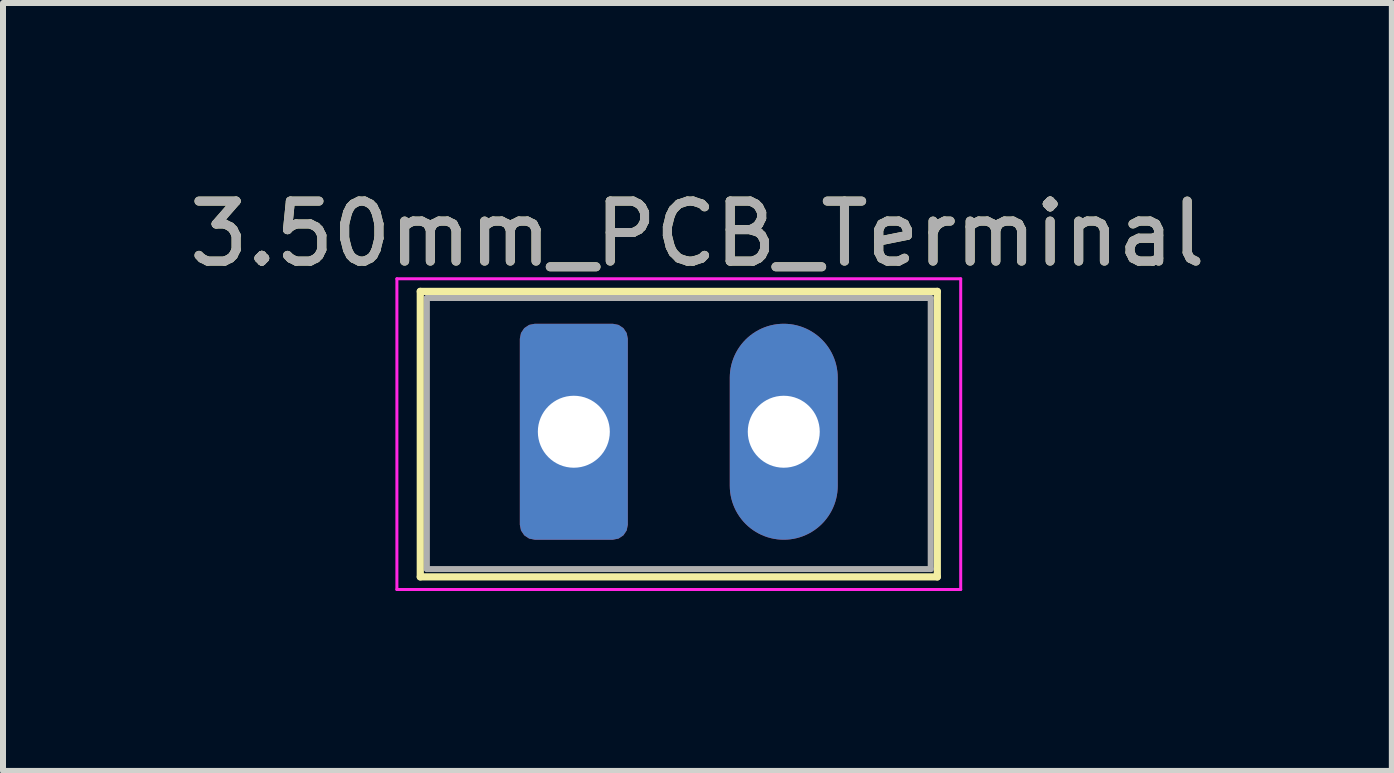
<source format=kicad_pcb>
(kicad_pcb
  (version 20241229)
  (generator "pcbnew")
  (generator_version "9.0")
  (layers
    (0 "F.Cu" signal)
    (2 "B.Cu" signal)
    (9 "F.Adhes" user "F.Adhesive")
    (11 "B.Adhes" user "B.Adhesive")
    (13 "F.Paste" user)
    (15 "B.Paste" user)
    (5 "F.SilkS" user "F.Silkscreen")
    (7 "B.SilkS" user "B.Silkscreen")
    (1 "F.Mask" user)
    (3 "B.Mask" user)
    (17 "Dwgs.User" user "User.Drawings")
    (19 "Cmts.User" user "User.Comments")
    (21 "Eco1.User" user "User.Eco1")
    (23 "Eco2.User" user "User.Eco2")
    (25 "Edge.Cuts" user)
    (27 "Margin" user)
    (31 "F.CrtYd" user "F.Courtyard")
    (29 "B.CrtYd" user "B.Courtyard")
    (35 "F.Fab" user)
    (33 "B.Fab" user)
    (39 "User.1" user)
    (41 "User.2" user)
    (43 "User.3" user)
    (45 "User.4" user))
  (footprint "3.50mm_PCB_Terminal"
    (layer "F.Cu")
    (at 6.517 4.148)
    (property "Reference" "3.50mm_PCB_Terminal" (at 2.06 -3.3 0) (layer "F.SilkS") (effects (font (size 1 1) (thickness 0.15))))
    (attr through_hole)
    (fp_line (start -2.56 -2.34) (end -2.56 2.42) (stroke (width 0.12) (type solid)) (layer "F.SilkS"))
    (fp_line (start -2.56 2.42) (end 6.06 2.42) (stroke (width 0.12) (type solid)) (layer "F.SilkS"))
    (fp_line (start 6.06 -2.34) (end -2.56 -2.34) (stroke (width 0.12) (type solid)) (layer "F.SilkS"))
    (fp_line (start 6.06 2.42) (end 6.06 -2.34) (stroke (width 0.12) (type solid)) (layer "F.SilkS"))
    (fp_line (start -2.95 -2.55) (end -2.95 2.63) (stroke (width 0.05) (type solid)) (layer "F.CrtYd"))
    (fp_line (start -2.95 2.63) (end 6.45 2.63) (stroke (width 0.05) (type solid)) (layer "F.CrtYd"))
    (fp_line (start 6.45 -2.55) (end -2.95 -2.55) (stroke (width 0.05) (type solid)) (layer "F.CrtYd"))
    (fp_line (start 6.45 2.63) (end 6.45 -2.55) (stroke (width 0.05) (type solid)) (layer "F.CrtYd"))
    (fp_line (start -2.45 -2.23) (end -2.45 2.29) (stroke (width 0.1) (type solid)) (layer "F.Fab"))
    (fp_line (start -2.45 2.29) (end 5.95 2.29) (stroke (width 0.1) (type solid)) (layer "F.Fab"))
    (fp_line (start 5.95 -2.23) (end -2.45 -2.23) (stroke (width 0.1) (type solid)) (layer "F.Fab"))
    (fp_line (start 5.95 2.29) (end 5.95 -2.23) (stroke (width 0.1) (type solid)) (layer "F.Fab"))
    (fp_text user "${REFERENCE}" (at 2.06 -3.3 0) (layer "F.Fab") (effects (font (size 1 1) (thickness 0.15))))
    (pad "1" thru_hole roundrect (at 0 0) (size 1.8 3.6) (drill 1.2) (layers "*.Cu" "*.Mask") (roundrect_rratio 0.139))
    (pad "2" thru_hole oval (at 3.5 0) (size 1.8 3.6) (drill 1.2) (layers "*.Cu" "*.Mask")))
  (gr_rect
    (start -3 -3)
    (end 20.155 9.803)
    (stroke (width 0.1) (type default))
    (fill no)
    (layer "Edge.Cuts")))
</source>
